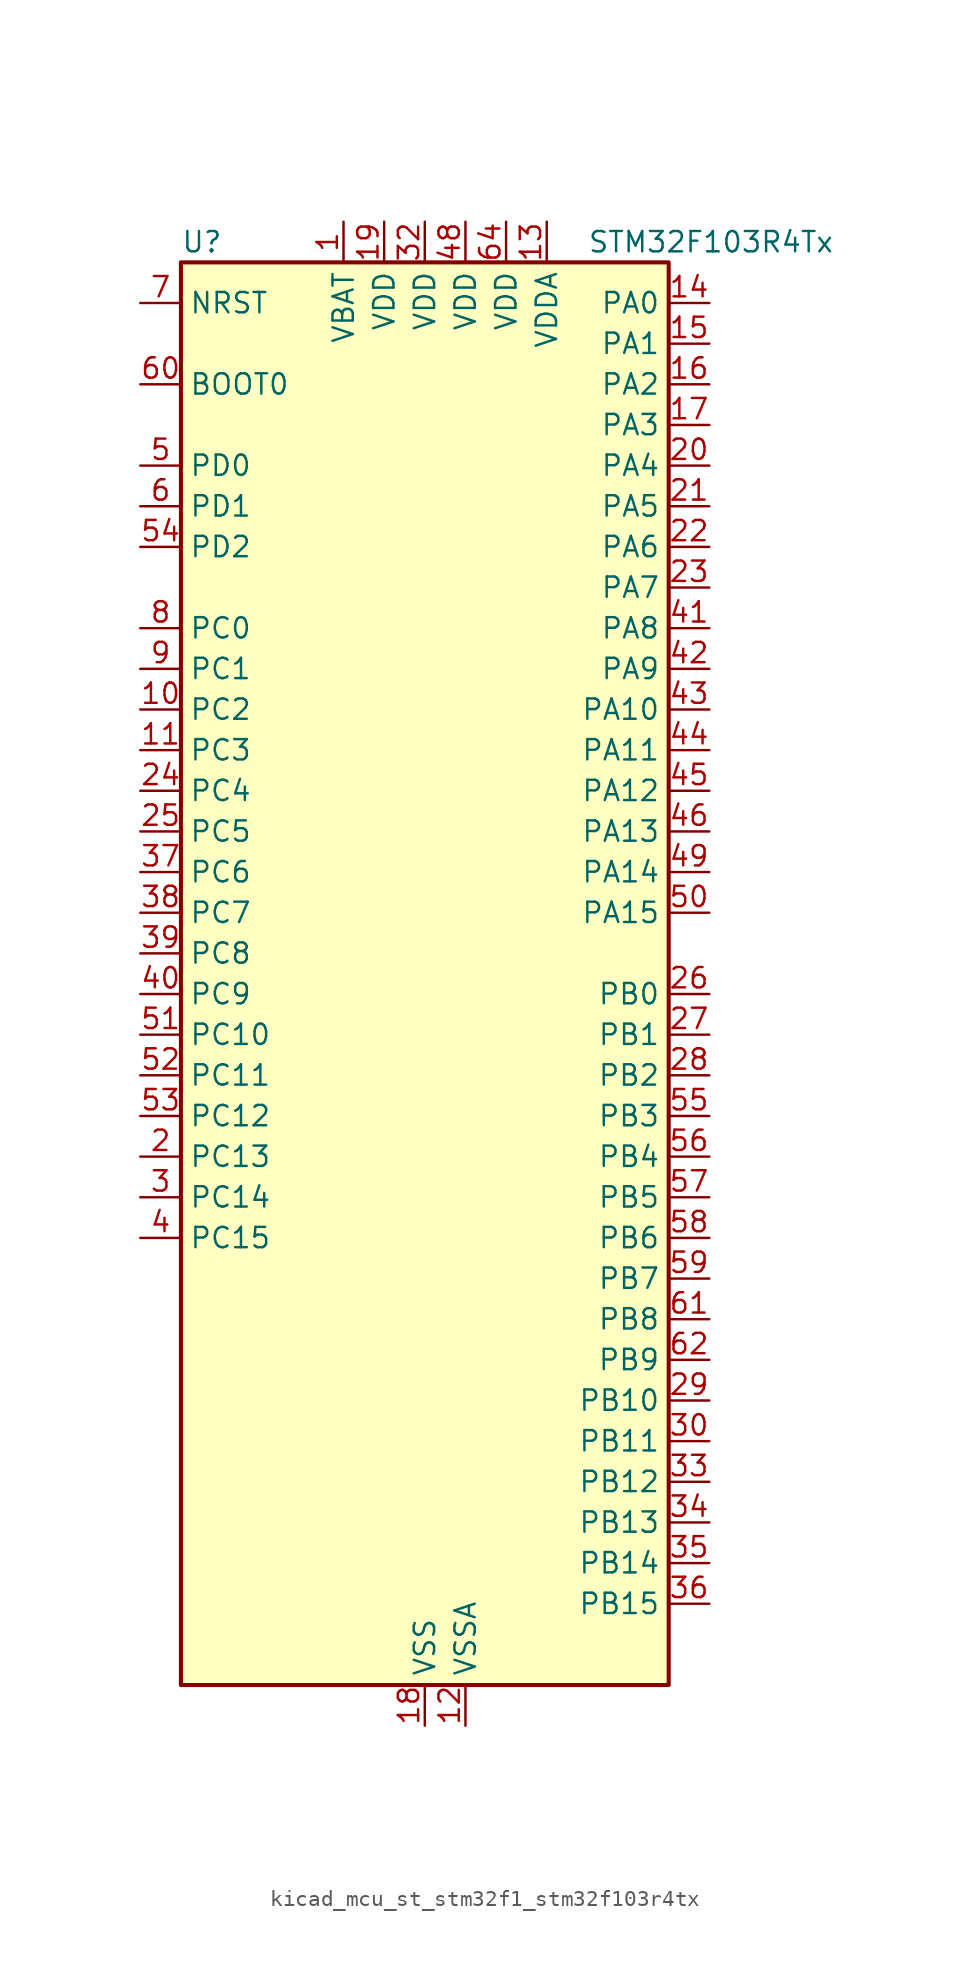
<source format=kicad_sym>
(kicad_symbol_lib
  (version 20220914)
  (generator kicad_symbol_editor)
  (symbol "kicad_mcu_st_stm32f1_stm32f103r4tx"
    (property "Reference" "U"
      (at -15.24 46.99 0)
      (effects (font (size 1.27 1.27)) (justify left)))
    (property "Value" "STM32F103R4Tx"
      (at 10.16 46.99 0)
      (effects (font (size 1.27 1.27)) (justify left)))
    (property "ki_locked" ""
      (at 0 0 0)
      (effects (font (size 1.27 1.27))))
    (symbol "kicad_mcu_st_stm32f1_stm32f103r4tx_0_1"
      (rectangle (start -15.24 -43.18) (end 15.24 45.72) (stroke (width 0.254) (type default)) (fill (type background))))
    (symbol "kicad_mcu_st_stm32f1_stm32f103r4tx_1_1"
      (pin power_in line (at -5.08 48.26 270) (length 2.54) (name "VBAT" (effects (font (size 1.27 1.27)))) (number "1" (effects (font (size 1.27 1.27)))))
      (pin bidirectional line (at -17.78 17.78 0) (length 2.54) (name "PC2" (effects (font (size 1.27 1.27)))) (number "10" (effects (font (size 1.27 1.27)))) (alternate "ADC1_IN12" bidirectional line) (alternate "ADC2_IN12" bidirectional line))
      (pin bidirectional line (at -17.78 15.24 0) (length 2.54) (name "PC3" (effects (font (size 1.27 1.27)))) (number "11" (effects (font (size 1.27 1.27)))) (alternate "ADC1_IN13" bidirectional line) (alternate "ADC2_IN13" bidirectional line))
      (pin power_in line (at 2.54 -45.72 90) (length 2.54) (name "VSSA" (effects (font (size 1.27 1.27)))) (number "12" (effects (font (size 1.27 1.27)))))
      (pin power_in line (at 7.62 48.26 270) (length 2.54) (name "VDDA" (effects (font (size 1.27 1.27)))) (number "13" (effects (font (size 1.27 1.27)))))
      (pin bidirectional line (at 17.78 43.18 180) (length 2.54) (name "PA0" (effects (font (size 1.27 1.27)))) (number "14" (effects (font (size 1.27 1.27)))) (alternate "ADC1_IN0" bidirectional line) (alternate "ADC2_IN0" bidirectional line) (alternate "SYS_WKUP" bidirectional line) (alternate "TIM2_CH1" bidirectional line) (alternate "TIM2_ETR" bidirectional line) (alternate "USART2_CTS" bidirectional line))
      (pin bidirectional line (at 17.78 40.64 180) (length 2.54) (name "PA1" (effects (font (size 1.27 1.27)))) (number "15" (effects (font (size 1.27 1.27)))) (alternate "ADC1_IN1" bidirectional line) (alternate "ADC2_IN1" bidirectional line) (alternate "TIM2_CH2" bidirectional line) (alternate "USART2_RTS" bidirectional line))
      (pin bidirectional line (at 17.78 38.1 180) (length 2.54) (name "PA2" (effects (font (size 1.27 1.27)))) (number "16" (effects (font (size 1.27 1.27)))) (alternate "ADC1_IN2" bidirectional line) (alternate "ADC2_IN2" bidirectional line) (alternate "TIM2_CH3" bidirectional line) (alternate "USART2_TX" bidirectional line))
      (pin bidirectional line (at 17.78 35.56 180) (length 2.54) (name "PA3" (effects (font (size 1.27 1.27)))) (number "17" (effects (font (size 1.27 1.27)))) (alternate "ADC1_IN3" bidirectional line) (alternate "ADC2_IN3" bidirectional line) (alternate "TIM2_CH4" bidirectional line) (alternate "USART2_RX" bidirectional line))
      (pin power_in line (at 0 -45.72 90) (length 2.54) (name "VSS" (effects (font (size 1.27 1.27)))) (number "18" (effects (font (size 1.27 1.27)))))
      (pin power_in line (at -2.54 48.26 270) (length 2.54) (name "VDD" (effects (font (size 1.27 1.27)))) (number "19" (effects (font (size 1.27 1.27)))))
      (pin bidirectional line (at -17.78 -10.16 0) (length 2.54) (name "PC13" (effects (font (size 1.27 1.27)))) (number "2" (effects (font (size 1.27 1.27)))) (alternate "RTC_OUT" bidirectional line) (alternate "RTC_TAMPER" bidirectional line))
      (pin bidirectional line (at 17.78 33.02 180) (length 2.54) (name "PA4" (effects (font (size 1.27 1.27)))) (number "20" (effects (font (size 1.27 1.27)))) (alternate "ADC1_IN4" bidirectional line) (alternate "ADC2_IN4" bidirectional line) (alternate "SPI1_NSS" bidirectional line) (alternate "USART2_CK" bidirectional line))
      (pin bidirectional line (at 17.78 30.48 180) (length 2.54) (name "PA5" (effects (font (size 1.27 1.27)))) (number "21" (effects (font (size 1.27 1.27)))) (alternate "ADC1_IN5" bidirectional line) (alternate "ADC2_IN5" bidirectional line) (alternate "SPI1_SCK" bidirectional line))
      (pin bidirectional line (at 17.78 27.94 180) (length 2.54) (name "PA6" (effects (font (size 1.27 1.27)))) (number "22" (effects (font (size 1.27 1.27)))) (alternate "ADC1_IN6" bidirectional line) (alternate "ADC2_IN6" bidirectional line) (alternate "SPI1_MISO" bidirectional line) (alternate "TIM1_BKIN" bidirectional line) (alternate "TIM3_CH1" bidirectional line))
      (pin bidirectional line (at 17.78 25.4 180) (length 2.54) (name "PA7" (effects (font (size 1.27 1.27)))) (number "23" (effects (font (size 1.27 1.27)))) (alternate "ADC1_IN7" bidirectional line) (alternate "ADC2_IN7" bidirectional line) (alternate "SPI1_MOSI" bidirectional line) (alternate "TIM1_CH1N" bidirectional line) (alternate "TIM3_CH2" bidirectional line))
      (pin bidirectional line (at -17.78 12.7 0) (length 2.54) (name "PC4" (effects (font (size 1.27 1.27)))) (number "24" (effects (font (size 1.27 1.27)))) (alternate "ADC1_IN14" bidirectional line) (alternate "ADC2_IN14" bidirectional line))
      (pin bidirectional line (at -17.78 10.16 0) (length 2.54) (name "PC5" (effects (font (size 1.27 1.27)))) (number "25" (effects (font (size 1.27 1.27)))) (alternate "ADC1_IN15" bidirectional line) (alternate "ADC2_IN15" bidirectional line))
      (pin bidirectional line (at 17.78 0 180) (length 2.54) (name "PB0" (effects (font (size 1.27 1.27)))) (number "26" (effects (font (size 1.27 1.27)))) (alternate "ADC1_IN8" bidirectional line) (alternate "ADC2_IN8" bidirectional line) (alternate "TIM1_CH2N" bidirectional line) (alternate "TIM3_CH3" bidirectional line))
      (pin bidirectional line (at 17.78 -2.54 180) (length 2.54) (name "PB1" (effects (font (size 1.27 1.27)))) (number "27" (effects (font (size 1.27 1.27)))) (alternate "ADC1_IN9" bidirectional line) (alternate "ADC2_IN9" bidirectional line) (alternate "TIM1_CH3N" bidirectional line) (alternate "TIM3_CH4" bidirectional line))
      (pin bidirectional line (at 17.78 -5.08 180) (length 2.54) (name "PB2" (effects (font (size 1.27 1.27)))) (number "28" (effects (font (size 1.27 1.27)))))
      (pin bidirectional line (at 17.78 -25.4 180) (length 2.54) (name "PB10" (effects (font (size 1.27 1.27)))) (number "29" (effects (font (size 1.27 1.27)))) (alternate "TIM2_CH3" bidirectional line))
      (pin bidirectional line (at -17.78 -12.7 0) (length 2.54) (name "PC14" (effects (font (size 1.27 1.27)))) (number "3" (effects (font (size 1.27 1.27)))) (alternate "RCC_OSC32_IN" bidirectional line))
      (pin bidirectional line (at 17.78 -27.94 180) (length 2.54) (name "PB11" (effects (font (size 1.27 1.27)))) (number "30" (effects (font (size 1.27 1.27)))) (alternate "ADC1_EXTI11" bidirectional line) (alternate "ADC2_EXTI11" bidirectional line) (alternate "TIM2_CH4" bidirectional line))
      (pin passive line (at 0 -45.72 90) (length 2.54) hide (name "VSS" (effects (font (size 1.27 1.27)))) (number "31" (effects (font (size 1.27 1.27)))))
      (pin power_in line (at 0 48.26 270) (length 2.54) (name "VDD" (effects (font (size 1.27 1.27)))) (number "32" (effects (font (size 1.27 1.27)))))
      (pin bidirectional line (at 17.78 -30.48 180) (length 2.54) (name "PB12" (effects (font (size 1.27 1.27)))) (number "33" (effects (font (size 1.27 1.27)))) (alternate "TIM1_BKIN" bidirectional line))
      (pin bidirectional line (at 17.78 -33.02 180) (length 2.54) (name "PB13" (effects (font (size 1.27 1.27)))) (number "34" (effects (font (size 1.27 1.27)))) (alternate "TIM1_CH1N" bidirectional line))
      (pin bidirectional line (at 17.78 -35.56 180) (length 2.54) (name "PB14" (effects (font (size 1.27 1.27)))) (number "35" (effects (font (size 1.27 1.27)))) (alternate "TIM1_CH2N" bidirectional line))
      (pin bidirectional line (at 17.78 -38.1 180) (length 2.54) (name "PB15" (effects (font (size 1.27 1.27)))) (number "36" (effects (font (size 1.27 1.27)))) (alternate "ADC1_EXTI15" bidirectional line) (alternate "ADC2_EXTI15" bidirectional line) (alternate "TIM1_CH3N" bidirectional line))
      (pin bidirectional line (at -17.78 7.62 0) (length 2.54) (name "PC6" (effects (font (size 1.27 1.27)))) (number "37" (effects (font (size 1.27 1.27)))) (alternate "TIM3_CH1" bidirectional line))
      (pin bidirectional line (at -17.78 5.08 0) (length 2.54) (name "PC7" (effects (font (size 1.27 1.27)))) (number "38" (effects (font (size 1.27 1.27)))) (alternate "TIM3_CH2" bidirectional line))
      (pin bidirectional line (at -17.78 2.54 0) (length 2.54) (name "PC8" (effects (font (size 1.27 1.27)))) (number "39" (effects (font (size 1.27 1.27)))) (alternate "TIM3_CH3" bidirectional line))
      (pin bidirectional line (at -17.78 -15.24 0) (length 2.54) (name "PC15" (effects (font (size 1.27 1.27)))) (number "4" (effects (font (size 1.27 1.27)))) (alternate "ADC1_EXTI15" bidirectional line) (alternate "ADC2_EXTI15" bidirectional line) (alternate "RCC_OSC32_OUT" bidirectional line))
      (pin bidirectional line (at -17.78 0 0) (length 2.54) (name "PC9" (effects (font (size 1.27 1.27)))) (number "40" (effects (font (size 1.27 1.27)))) (alternate "TIM3_CH4" bidirectional line))
      (pin bidirectional line (at 17.78 22.86 180) (length 2.54) (name "PA8" (effects (font (size 1.27 1.27)))) (number "41" (effects (font (size 1.27 1.27)))) (alternate "RCC_MCO" bidirectional line) (alternate "TIM1_CH1" bidirectional line) (alternate "USART1_CK" bidirectional line))
      (pin bidirectional line (at 17.78 20.32 180) (length 2.54) (name "PA9" (effects (font (size 1.27 1.27)))) (number "42" (effects (font (size 1.27 1.27)))) (alternate "TIM1_CH2" bidirectional line) (alternate "USART1_TX" bidirectional line))
      (pin bidirectional line (at 17.78 17.78 180) (length 2.54) (name "PA10" (effects (font (size 1.27 1.27)))) (number "43" (effects (font (size 1.27 1.27)))) (alternate "TIM1_CH3" bidirectional line) (alternate "USART1_RX" bidirectional line))
      (pin bidirectional line (at 17.78 15.24 180) (length 2.54) (name "PA11" (effects (font (size 1.27 1.27)))) (number "44" (effects (font (size 1.27 1.27)))) (alternate "ADC1_EXTI11" bidirectional line) (alternate "ADC2_EXTI11" bidirectional line) (alternate "CAN_RX" bidirectional line) (alternate "TIM1_CH4" bidirectional line) (alternate "USART1_CTS" bidirectional line) (alternate "USB_DM" bidirectional line))
      (pin bidirectional line (at 17.78 12.7 180) (length 2.54) (name "PA12" (effects (font (size 1.27 1.27)))) (number "45" (effects (font (size 1.27 1.27)))) (alternate "CAN_TX" bidirectional line) (alternate "TIM1_ETR" bidirectional line) (alternate "USART1_RTS" bidirectional line) (alternate "USB_DP" bidirectional line))
      (pin bidirectional line (at 17.78 10.16 180) (length 2.54) (name "PA13" (effects (font (size 1.27 1.27)))) (number "46" (effects (font (size 1.27 1.27)))) (alternate "SYS_JTMS-SWDIO" bidirectional line))
      (pin passive line (at 0 -45.72 90) (length 2.54) hide (name "VSS" (effects (font (size 1.27 1.27)))) (number "47" (effects (font (size 1.27 1.27)))))
      (pin power_in line (at 2.54 48.26 270) (length 2.54) (name "VDD" (effects (font (size 1.27 1.27)))) (number "48" (effects (font (size 1.27 1.27)))))
      (pin bidirectional line (at 17.78 7.62 180) (length 2.54) (name "PA14" (effects (font (size 1.27 1.27)))) (number "49" (effects (font (size 1.27 1.27)))) (alternate "SYS_JTCK-SWCLK" bidirectional line))
      (pin bidirectional line (at -17.78 33.02 0) (length 2.54) (name "PD0" (effects (font (size 1.27 1.27)))) (number "5" (effects (font (size 1.27 1.27)))) (alternate "RCC_OSC_IN" bidirectional line))
      (pin bidirectional line (at 17.78 5.08 180) (length 2.54) (name "PA15" (effects (font (size 1.27 1.27)))) (number "50" (effects (font (size 1.27 1.27)))) (alternate "ADC1_EXTI15" bidirectional line) (alternate "ADC2_EXTI15" bidirectional line) (alternate "SPI1_NSS" bidirectional line) (alternate "SYS_JTDI" bidirectional line) (alternate "TIM2_CH1" bidirectional line) (alternate "TIM2_ETR" bidirectional line))
      (pin bidirectional line (at -17.78 -2.54 0) (length 2.54) (name "PC10" (effects (font (size 1.27 1.27)))) (number "51" (effects (font (size 1.27 1.27)))))
      (pin bidirectional line (at -17.78 -5.08 0) (length 2.54) (name "PC11" (effects (font (size 1.27 1.27)))) (number "52" (effects (font (size 1.27 1.27)))) (alternate "ADC1_EXTI11" bidirectional line) (alternate "ADC2_EXTI11" bidirectional line))
      (pin bidirectional line (at -17.78 -7.62 0) (length 2.54) (name "PC12" (effects (font (size 1.27 1.27)))) (number "53" (effects (font (size 1.27 1.27)))))
      (pin bidirectional line (at -17.78 27.94 0) (length 2.54) (name "PD2" (effects (font (size 1.27 1.27)))) (number "54" (effects (font (size 1.27 1.27)))) (alternate "TIM3_ETR" bidirectional line))
      (pin bidirectional line (at 17.78 -7.62 180) (length 2.54) (name "PB3" (effects (font (size 1.27 1.27)))) (number "55" (effects (font (size 1.27 1.27)))) (alternate "SPI1_SCK" bidirectional line) (alternate "SYS_JTDO-TRACESWO" bidirectional line) (alternate "TIM2_CH2" bidirectional line))
      (pin bidirectional line (at 17.78 -10.16 180) (length 2.54) (name "PB4" (effects (font (size 1.27 1.27)))) (number "56" (effects (font (size 1.27 1.27)))) (alternate "SPI1_MISO" bidirectional line) (alternate "SYS_NJTRST" bidirectional line) (alternate "TIM3_CH1" bidirectional line))
      (pin bidirectional line (at 17.78 -12.7 180) (length 2.54) (name "PB5" (effects (font (size 1.27 1.27)))) (number "57" (effects (font (size 1.27 1.27)))) (alternate "I2C1_SMBA" bidirectional line) (alternate "SPI1_MOSI" bidirectional line) (alternate "TIM3_CH2" bidirectional line))
      (pin bidirectional line (at 17.78 -15.24 180) (length 2.54) (name "PB6" (effects (font (size 1.27 1.27)))) (number "58" (effects (font (size 1.27 1.27)))) (alternate "I2C1_SCL" bidirectional line) (alternate "USART1_TX" bidirectional line))
      (pin bidirectional line (at 17.78 -17.78 180) (length 2.54) (name "PB7" (effects (font (size 1.27 1.27)))) (number "59" (effects (font (size 1.27 1.27)))) (alternate "I2C1_SDA" bidirectional line) (alternate "USART1_RX" bidirectional line))
      (pin bidirectional line (at -17.78 30.48 0) (length 2.54) (name "PD1" (effects (font (size 1.27 1.27)))) (number "6" (effects (font (size 1.27 1.27)))) (alternate "RCC_OSC_OUT" bidirectional line))
      (pin input line (at -17.78 38.1 0) (length 2.54) (name "BOOT0" (effects (font (size 1.27 1.27)))) (number "60" (effects (font (size 1.27 1.27)))))
      (pin bidirectional line (at 17.78 -20.32 180) (length 2.54) (name "PB8" (effects (font (size 1.27 1.27)))) (number "61" (effects (font (size 1.27 1.27)))) (alternate "CAN_RX" bidirectional line) (alternate "I2C1_SCL" bidirectional line))
      (pin bidirectional line (at 17.78 -22.86 180) (length 2.54) (name "PB9" (effects (font (size 1.27 1.27)))) (number "62" (effects (font (size 1.27 1.27)))) (alternate "CAN_TX" bidirectional line) (alternate "I2C1_SDA" bidirectional line))
      (pin passive line (at 0 -45.72 90) (length 2.54) hide (name "VSS" (effects (font (size 1.27 1.27)))) (number "63" (effects (font (size 1.27 1.27)))))
      (pin power_in line (at 5.08 48.26 270) (length 2.54) (name "VDD" (effects (font (size 1.27 1.27)))) (number "64" (effects (font (size 1.27 1.27)))))
      (pin input line (at -17.78 43.18 0) (length 2.54) (name "NRST" (effects (font (size 1.27 1.27)))) (number "7" (effects (font (size 1.27 1.27)))))
      (pin bidirectional line (at -17.78 22.86 0) (length 2.54) (name "PC0" (effects (font (size 1.27 1.27)))) (number "8" (effects (font (size 1.27 1.27)))) (alternate "ADC1_IN10" bidirectional line) (alternate "ADC2_IN10" bidirectional line))
      (pin bidirectional line (at -17.78 20.32 0) (length 2.54) (name "PC1" (effects (font (size 1.27 1.27)))) (number "9" (effects (font (size 1.27 1.27)))) (alternate "ADC1_IN11" bidirectional line) (alternate "ADC2_IN11" bidirectional line)))))
</source>
